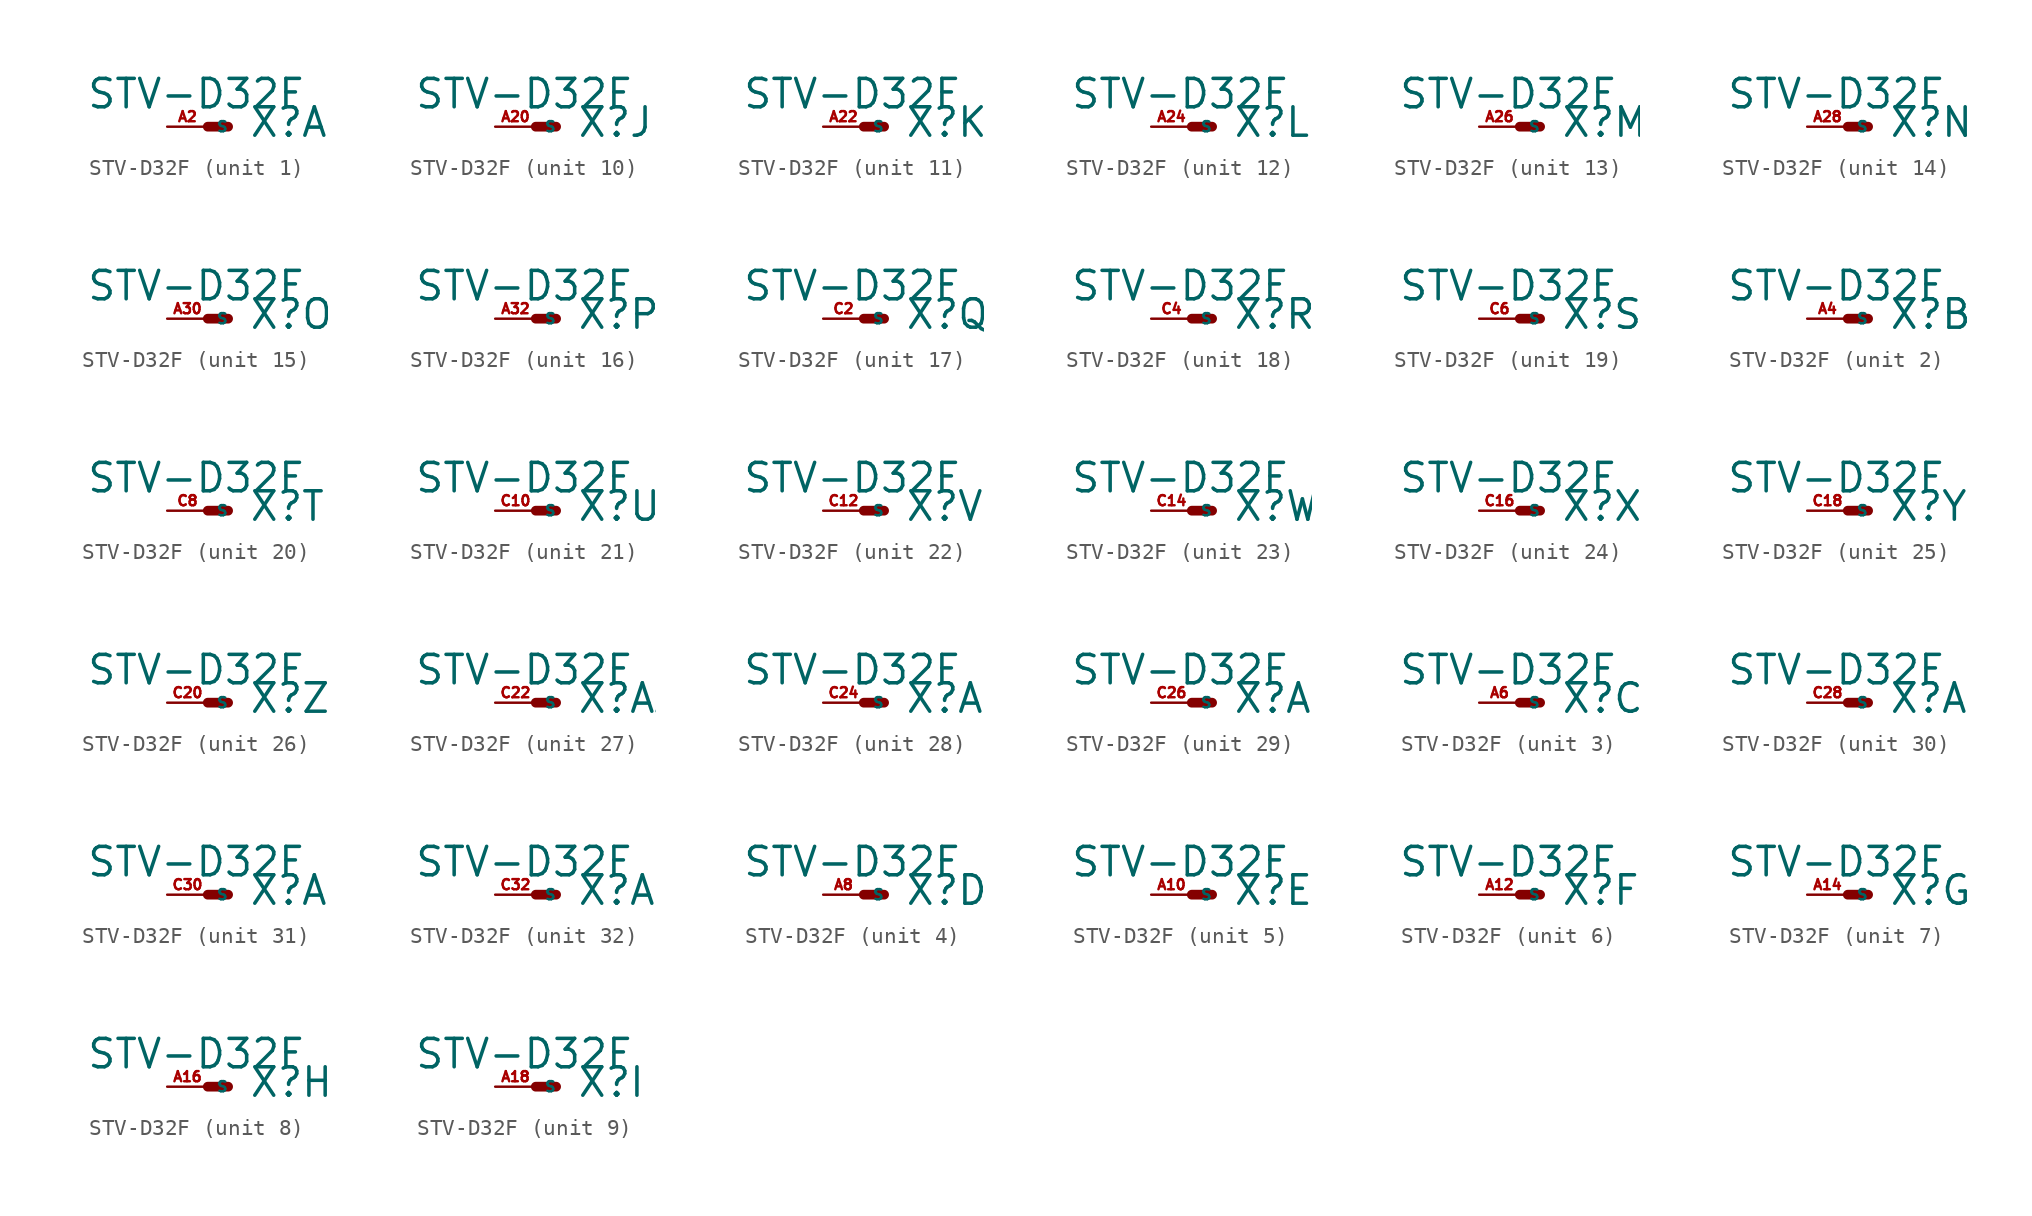
<source format=kicad_sym>
(kicad_symbol_lib
  (version 20220914)
  (generator Eagle2Kicad)
  (symbol "STV-D32F"
    (property "Reference" "X"
      (at 2.54 -0.762 0)
      (effects (font (size 1.778 1.778) (thickness 0.22)) (justify left bottom)))
    (property "Value" "STV-D32F"
      (at -7.62 1.016 0)
      (effects (font (size 1.778 1.778) (thickness 0.22)) (justify left bottom)))
    (symbol "STV-D32F_1_0"
      (polyline (pts (xy 0 0) (xy 1.27 0)) (stroke (width 0.61) (type default)) (fill (type none)))
      (pin passive line (at -2.54 0 0) (length 2.54) (name "S" (effects (font (size 0.635 0.635) (thickness 0.08)) (justify left bottom))) (number "A2" (effects (font (size 0.635 0.635) (thickness 0.08)) (justify left bottom)))))
    (symbol "STV-D32F_2_0"
      (polyline (pts (xy 0 0) (xy 1.27 0)) (stroke (width 0.61) (type default)) (fill (type none)))
      (pin passive line (at -2.54 0 0) (length 2.54) (name "S" (effects (font (size 0.635 0.635) (thickness 0.08)) (justify left bottom))) (number "A4" (effects (font (size 0.635 0.635) (thickness 0.08)) (justify left bottom)))))
    (symbol "STV-D32F_3_0"
      (polyline (pts (xy 0 0) (xy 1.27 0)) (stroke (width 0.61) (type default)) (fill (type none)))
      (pin passive line (at -2.54 0 0) (length 2.54) (name "S" (effects (font (size 0.635 0.635) (thickness 0.08)) (justify left bottom))) (number "A6" (effects (font (size 0.635 0.635) (thickness 0.08)) (justify left bottom)))))
    (symbol "STV-D32F_4_0"
      (polyline (pts (xy 0 0) (xy 1.27 0)) (stroke (width 0.61) (type default)) (fill (type none)))
      (pin passive line (at -2.54 0 0) (length 2.54) (name "S" (effects (font (size 0.635 0.635) (thickness 0.08)) (justify left bottom))) (number "A8" (effects (font (size 0.635 0.635) (thickness 0.08)) (justify left bottom)))))
    (symbol "STV-D32F_5_0"
      (polyline (pts (xy 0 0) (xy 1.27 0)) (stroke (width 0.61) (type default)) (fill (type none)))
      (pin passive line (at -2.54 0 0) (length 2.54) (name "S" (effects (font (size 0.635 0.635) (thickness 0.08)) (justify left bottom))) (number "A10" (effects (font (size 0.635 0.635) (thickness 0.08)) (justify left bottom)))))
    (symbol "STV-D32F_6_0"
      (polyline (pts (xy 0 0) (xy 1.27 0)) (stroke (width 0.61) (type default)) (fill (type none)))
      (pin passive line (at -2.54 0 0) (length 2.54) (name "S" (effects (font (size 0.635 0.635) (thickness 0.08)) (justify left bottom))) (number "A12" (effects (font (size 0.635 0.635) (thickness 0.08)) (justify left bottom)))))
    (symbol "STV-D32F_7_0"
      (polyline (pts (xy 0 0) (xy 1.27 0)) (stroke (width 0.61) (type default)) (fill (type none)))
      (pin passive line (at -2.54 0 0) (length 2.54) (name "S" (effects (font (size 0.635 0.635) (thickness 0.08)) (justify left bottom))) (number "A14" (effects (font (size 0.635 0.635) (thickness 0.08)) (justify left bottom)))))
    (symbol "STV-D32F_8_0"
      (polyline (pts (xy 0 0) (xy 1.27 0)) (stroke (width 0.61) (type default)) (fill (type none)))
      (pin passive line (at -2.54 0 0) (length 2.54) (name "S" (effects (font (size 0.635 0.635) (thickness 0.08)) (justify left bottom))) (number "A16" (effects (font (size 0.635 0.635) (thickness 0.08)) (justify left bottom)))))
    (symbol "STV-D32F_9_0"
      (polyline (pts (xy 0 0) (xy 1.27 0)) (stroke (width 0.61) (type default)) (fill (type none)))
      (pin passive line (at -2.54 0 0) (length 2.54) (name "S" (effects (font (size 0.635 0.635) (thickness 0.08)) (justify left bottom))) (number "A18" (effects (font (size 0.635 0.635) (thickness 0.08)) (justify left bottom)))))
    (symbol "STV-D32F_10_0"
      (polyline (pts (xy 0 0) (xy 1.27 0)) (stroke (width 0.61) (type default)) (fill (type none)))
      (pin passive line (at -2.54 0 0) (length 2.54) (name "S" (effects (font (size 0.635 0.635) (thickness 0.08)) (justify left bottom))) (number "A20" (effects (font (size 0.635 0.635) (thickness 0.08)) (justify left bottom)))))
    (symbol "STV-D32F_11_0"
      (polyline (pts (xy 0 0) (xy 1.27 0)) (stroke (width 0.61) (type default)) (fill (type none)))
      (pin passive line (at -2.54 0 0) (length 2.54) (name "S" (effects (font (size 0.635 0.635) (thickness 0.08)) (justify left bottom))) (number "A22" (effects (font (size 0.635 0.635) (thickness 0.08)) (justify left bottom)))))
    (symbol "STV-D32F_12_0"
      (polyline (pts (xy 0 0) (xy 1.27 0)) (stroke (width 0.61) (type default)) (fill (type none)))
      (pin passive line (at -2.54 0 0) (length 2.54) (name "S" (effects (font (size 0.635 0.635) (thickness 0.08)) (justify left bottom))) (number "A24" (effects (font (size 0.635 0.635) (thickness 0.08)) (justify left bottom)))))
    (symbol "STV-D32F_13_0"
      (polyline (pts (xy 0 0) (xy 1.27 0)) (stroke (width 0.61) (type default)) (fill (type none)))
      (pin passive line (at -2.54 0 0) (length 2.54) (name "S" (effects (font (size 0.635 0.635) (thickness 0.08)) (justify left bottom))) (number "A26" (effects (font (size 0.635 0.635) (thickness 0.08)) (justify left bottom)))))
    (symbol "STV-D32F_14_0"
      (polyline (pts (xy 0 0) (xy 1.27 0)) (stroke (width 0.61) (type default)) (fill (type none)))
      (pin passive line (at -2.54 0 0) (length 2.54) (name "S" (effects (font (size 0.635 0.635) (thickness 0.08)) (justify left bottom))) (number "A28" (effects (font (size 0.635 0.635) (thickness 0.08)) (justify left bottom)))))
    (symbol "STV-D32F_15_0"
      (polyline (pts (xy 0 0) (xy 1.27 0)) (stroke (width 0.61) (type default)) (fill (type none)))
      (pin passive line (at -2.54 0 0) (length 2.54) (name "S" (effects (font (size 0.635 0.635) (thickness 0.08)) (justify left bottom))) (number "A30" (effects (font (size 0.635 0.635) (thickness 0.08)) (justify left bottom)))))
    (symbol "STV-D32F_16_0"
      (polyline (pts (xy 0 0) (xy 1.27 0)) (stroke (width 0.61) (type default)) (fill (type none)))
      (pin passive line (at -2.54 0 0) (length 2.54) (name "S" (effects (font (size 0.635 0.635) (thickness 0.08)) (justify left bottom))) (number "A32" (effects (font (size 0.635 0.635) (thickness 0.08)) (justify left bottom)))))
    (symbol "STV-D32F_17_0"
      (polyline (pts (xy 0 0) (xy 1.27 0)) (stroke (width 0.61) (type default)) (fill (type none)))
      (pin passive line (at -2.54 0 0) (length 2.54) (name "S" (effects (font (size 0.635 0.635) (thickness 0.08)) (justify left bottom))) (number "C2" (effects (font (size 0.635 0.635) (thickness 0.08)) (justify left bottom)))))
    (symbol "STV-D32F_18_0"
      (polyline (pts (xy 0 0) (xy 1.27 0)) (stroke (width 0.61) (type default)) (fill (type none)))
      (pin passive line (at -2.54 0 0) (length 2.54) (name "S" (effects (font (size 0.635 0.635) (thickness 0.08)) (justify left bottom))) (number "C4" (effects (font (size 0.635 0.635) (thickness 0.08)) (justify left bottom)))))
    (symbol "STV-D32F_19_0"
      (polyline (pts (xy 0 0) (xy 1.27 0)) (stroke (width 0.61) (type default)) (fill (type none)))
      (pin passive line (at -2.54 0 0) (length 2.54) (name "S" (effects (font (size 0.635 0.635) (thickness 0.08)) (justify left bottom))) (number "C6" (effects (font (size 0.635 0.635) (thickness 0.08)) (justify left bottom)))))
    (symbol "STV-D32F_20_0"
      (polyline (pts (xy 0 0) (xy 1.27 0)) (stroke (width 0.61) (type default)) (fill (type none)))
      (pin passive line (at -2.54 0 0) (length 2.54) (name "S" (effects (font (size 0.635 0.635) (thickness 0.08)) (justify left bottom))) (number "C8" (effects (font (size 0.635 0.635) (thickness 0.08)) (justify left bottom)))))
    (symbol "STV-D32F_21_0"
      (polyline (pts (xy 0 0) (xy 1.27 0)) (stroke (width 0.61) (type default)) (fill (type none)))
      (pin passive line (at -2.54 0 0) (length 2.54) (name "S" (effects (font (size 0.635 0.635) (thickness 0.08)) (justify left bottom))) (number "C10" (effects (font (size 0.635 0.635) (thickness 0.08)) (justify left bottom)))))
    (symbol "STV-D32F_22_0"
      (polyline (pts (xy 0 0) (xy 1.27 0)) (stroke (width 0.61) (type default)) (fill (type none)))
      (pin passive line (at -2.54 0 0) (length 2.54) (name "S" (effects (font (size 0.635 0.635) (thickness 0.08)) (justify left bottom))) (number "C12" (effects (font (size 0.635 0.635) (thickness 0.08)) (justify left bottom)))))
    (symbol "STV-D32F_23_0"
      (polyline (pts (xy 0 0) (xy 1.27 0)) (stroke (width 0.61) (type default)) (fill (type none)))
      (pin passive line (at -2.54 0 0) (length 2.54) (name "S" (effects (font (size 0.635 0.635) (thickness 0.08)) (justify left bottom))) (number "C14" (effects (font (size 0.635 0.635) (thickness 0.08)) (justify left bottom)))))
    (symbol "STV-D32F_24_0"
      (polyline (pts (xy 0 0) (xy 1.27 0)) (stroke (width 0.61) (type default)) (fill (type none)))
      (pin passive line (at -2.54 0 0) (length 2.54) (name "S" (effects (font (size 0.635 0.635) (thickness 0.08)) (justify left bottom))) (number "C16" (effects (font (size 0.635 0.635) (thickness 0.08)) (justify left bottom)))))
    (symbol "STV-D32F_25_0"
      (polyline (pts (xy 0 0) (xy 1.27 0)) (stroke (width 0.61) (type default)) (fill (type none)))
      (pin passive line (at -2.54 0 0) (length 2.54) (name "S" (effects (font (size 0.635 0.635) (thickness 0.08)) (justify left bottom))) (number "C18" (effects (font (size 0.635 0.635) (thickness 0.08)) (justify left bottom)))))
    (symbol "STV-D32F_26_0"
      (polyline (pts (xy 0 0) (xy 1.27 0)) (stroke (width 0.61) (type default)) (fill (type none)))
      (pin passive line (at -2.54 0 0) (length 2.54) (name "S" (effects (font (size 0.635 0.635) (thickness 0.08)) (justify left bottom))) (number "C20" (effects (font (size 0.635 0.635) (thickness 0.08)) (justify left bottom)))))
    (symbol "STV-D32F_27_0"
      (polyline (pts (xy 0 0) (xy 1.27 0)) (stroke (width 0.61) (type default)) (fill (type none)))
      (pin passive line (at -2.54 0 0) (length 2.54) (name "S" (effects (font (size 0.635 0.635) (thickness 0.08)) (justify left bottom))) (number "C22" (effects (font (size 0.635 0.635) (thickness 0.08)) (justify left bottom)))))
    (symbol "STV-D32F_28_0"
      (polyline (pts (xy 0 0) (xy 1.27 0)) (stroke (width 0.61) (type default)) (fill (type none)))
      (pin passive line (at -2.54 0 0) (length 2.54) (name "S" (effects (font (size 0.635 0.635) (thickness 0.08)) (justify left bottom))) (number "C24" (effects (font (size 0.635 0.635) (thickness 0.08)) (justify left bottom)))))
    (symbol "STV-D32F_29_0"
      (polyline (pts (xy 0 0) (xy 1.27 0)) (stroke (width 0.61) (type default)) (fill (type none)))
      (pin passive line (at -2.54 0 0) (length 2.54) (name "S" (effects (font (size 0.635 0.635) (thickness 0.08)) (justify left bottom))) (number "C26" (effects (font (size 0.635 0.635) (thickness 0.08)) (justify left bottom)))))
    (symbol "STV-D32F_30_0"
      (polyline (pts (xy 0 0) (xy 1.27 0)) (stroke (width 0.61) (type default)) (fill (type none)))
      (pin passive line (at -2.54 0 0) (length 2.54) (name "S" (effects (font (size 0.635 0.635) (thickness 0.08)) (justify left bottom))) (number "C28" (effects (font (size 0.635 0.635) (thickness 0.08)) (justify left bottom)))))
    (symbol "STV-D32F_31_0"
      (polyline (pts (xy 0 0) (xy 1.27 0)) (stroke (width 0.61) (type default)) (fill (type none)))
      (pin passive line (at -2.54 0 0) (length 2.54) (name "S" (effects (font (size 0.635 0.635) (thickness 0.08)) (justify left bottom))) (number "C30" (effects (font (size 0.635 0.635) (thickness 0.08)) (justify left bottom)))))
    (symbol "STV-D32F_32_0"
      (polyline (pts (xy 0 0) (xy 1.27 0)) (stroke (width 0.61) (type default)) (fill (type none)))
      (pin passive line (at -2.54 0 0) (length 2.54) (name "S" (effects (font (size 0.635 0.635) (thickness 0.08)) (justify left bottom))) (number "C32" (effects (font (size 0.635 0.635) (thickness 0.08)) (justify left bottom)))))))
</source>
